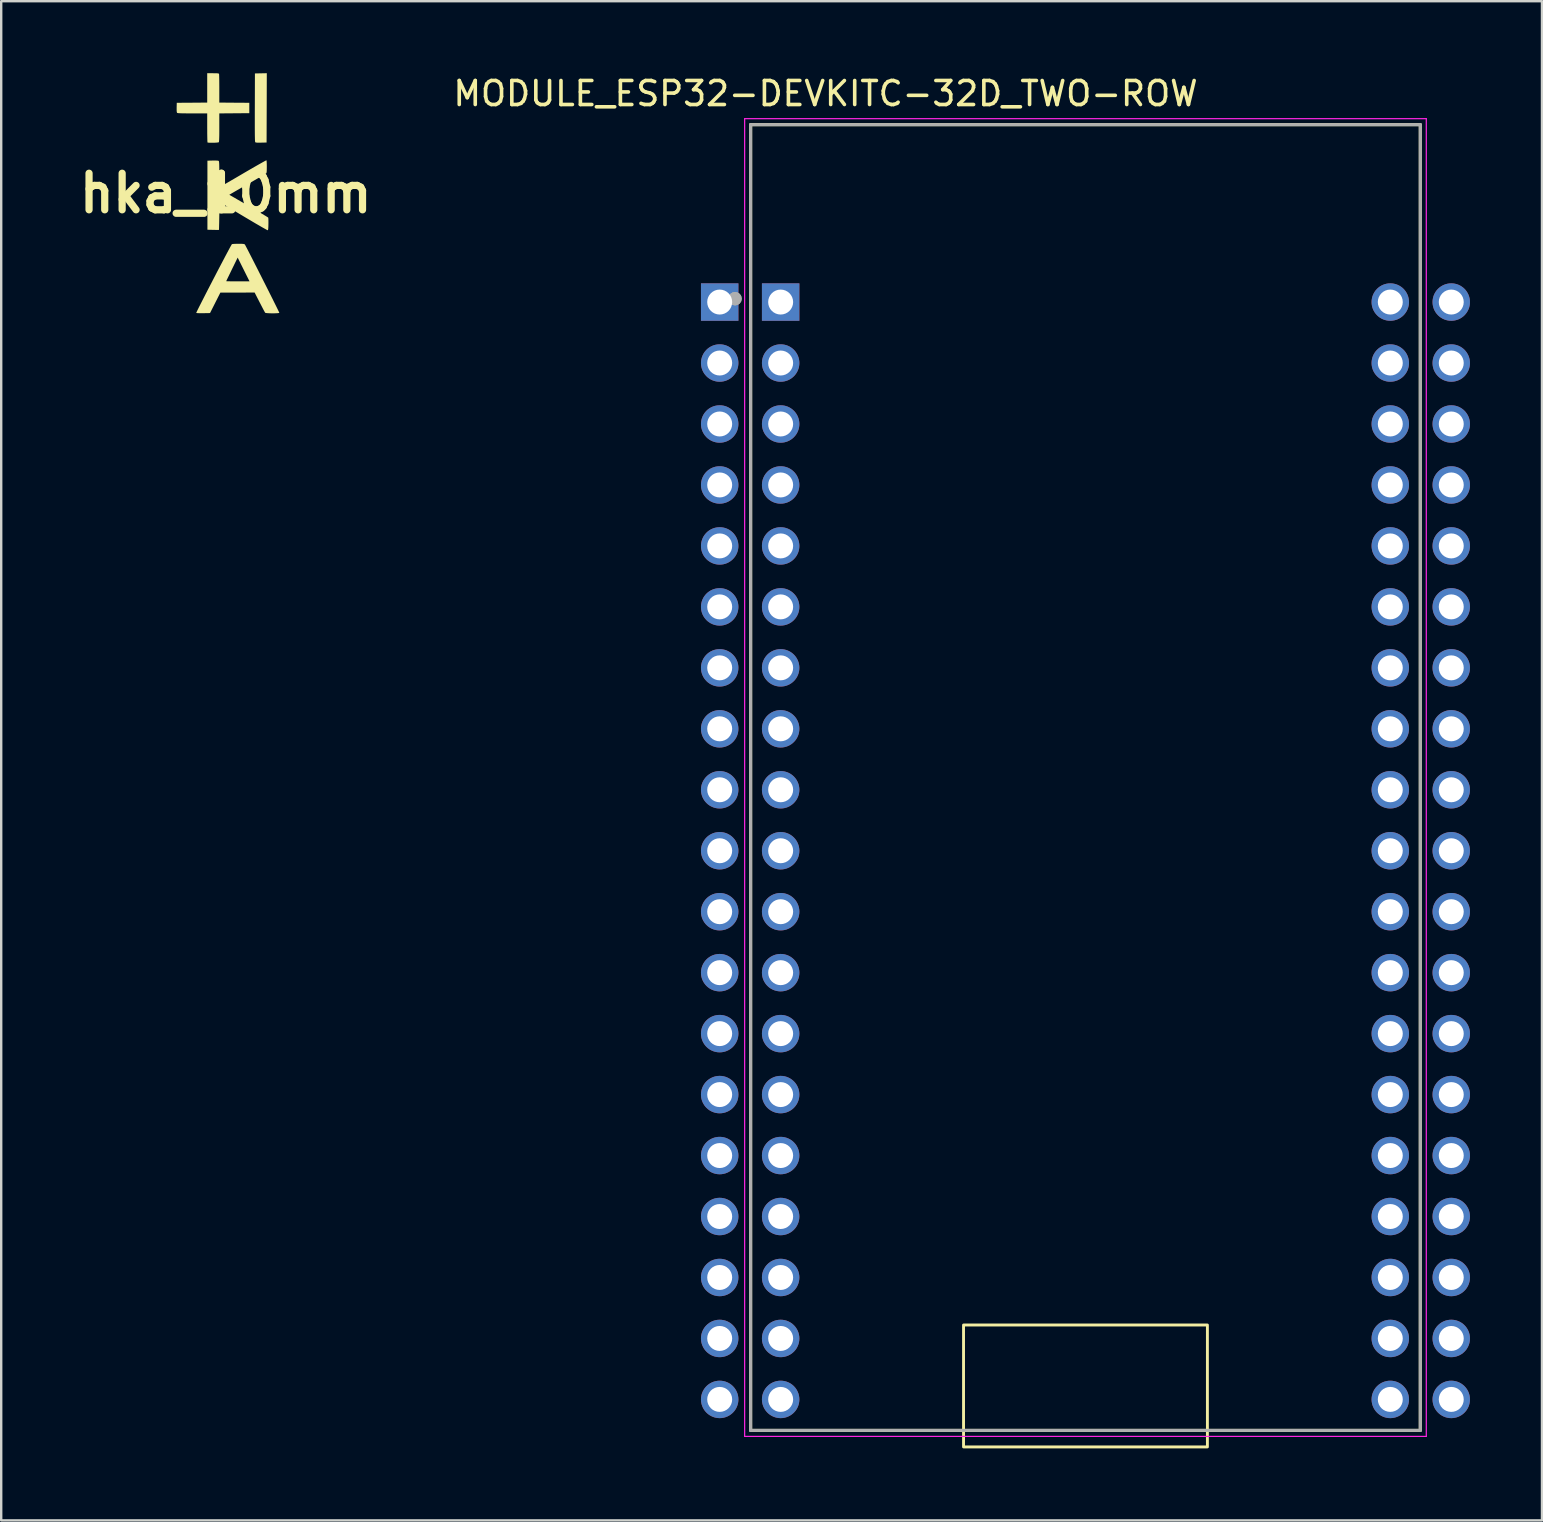
<source format=kicad_pcb>
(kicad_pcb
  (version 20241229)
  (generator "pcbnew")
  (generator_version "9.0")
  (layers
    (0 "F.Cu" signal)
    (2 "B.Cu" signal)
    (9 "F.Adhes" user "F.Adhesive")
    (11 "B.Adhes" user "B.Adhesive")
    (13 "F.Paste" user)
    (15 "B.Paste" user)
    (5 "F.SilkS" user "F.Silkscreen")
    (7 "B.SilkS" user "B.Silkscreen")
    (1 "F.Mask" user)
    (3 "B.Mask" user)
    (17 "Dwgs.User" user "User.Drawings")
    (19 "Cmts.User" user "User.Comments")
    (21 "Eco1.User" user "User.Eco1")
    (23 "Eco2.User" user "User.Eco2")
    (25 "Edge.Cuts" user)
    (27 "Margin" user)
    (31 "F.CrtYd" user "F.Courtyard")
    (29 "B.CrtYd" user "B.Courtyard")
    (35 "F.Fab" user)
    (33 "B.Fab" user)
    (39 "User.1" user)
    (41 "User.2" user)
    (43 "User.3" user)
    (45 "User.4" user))
  (footprint "MODULE_ESP32-DEVKITC-32D_TWO-ROW"
    (layer "F.Cu")
    (at 42.175 29.295)
    (property "Reference" "MODULE_ESP32-DEVKITC-32D_TWO-ROW" (at -10.829 -28.446 0) (layer "F.SilkS") (effects (font (size 1 1) (thickness 0.15))))
    (attr through_hole)
    (fp_line (start -13.95 -27.15) (end 13.95 -27.15) (stroke (width 0.127) (type solid)) (layer "F.SilkS"))
    (fp_line (start -13.95 27.25) (end -13.95 -27.15) (stroke (width 0.127) (type solid)) (layer "F.SilkS"))
    (fp_line (start 13.95 -27.15) (end 13.95 27.25) (stroke (width 0.127) (type solid)) (layer "F.SilkS"))
    (fp_line (start 13.95 27.25) (end -13.95 27.25) (stroke (width 0.127) (type solid)) (layer "F.SilkS"))
    (fp_rect (start -5.08 27.94) (end 5.08 22.86) (stroke (width 0.12) (type solid)) (fill no) (layer "F.SilkS"))
    (fp_line (start -14.2 -27.4) (end 14.2 -27.4) (stroke (width 0.05) (type solid)) (layer "F.CrtYd"))
    (fp_line (start -14.2 27.5) (end -14.2 -27.4) (stroke (width 0.05) (type solid)) (layer "F.CrtYd"))
    (fp_line (start 14.2 -27.4) (end 14.2 27.5) (stroke (width 0.05) (type solid)) (layer "F.CrtYd"))
    (fp_line (start 14.2 27.5) (end -14.2 27.5) (stroke (width 0.05) (type solid)) (layer "F.CrtYd"))
    (fp_line (start -13.95 -27.15) (end 13.95 -27.15) (stroke (width 0.127) (type solid)) (layer "F.Fab"))
    (fp_line (start -13.95 27.25) (end -13.95 -27.15) (stroke (width 0.127) (type solid)) (layer "F.Fab"))
    (fp_line (start 13.95 -27.15) (end 13.95 27.25) (stroke (width 0.127) (type solid)) (layer "F.Fab"))
    (fp_line (start 13.95 27.25) (end -13.95 27.25) (stroke (width 0.127) (type solid)) (layer "F.Fab"))
    (fp_circle (center -14.6 -19.9) (end -14.46 -19.9) (stroke (width 0.28) (type solid)) (fill no) (layer "F.Fab"))
    (fp_circle (center -14.6 -19.9) (end -14.46 -19.9) (stroke (width 0.28) (type solid)) (fill no) (layer "F.Fab"))
    (pad "1" thru_hole rect (at -15.24 -19.76) (size 1.56 1.56) (drill 1.04) (layers "*.Cu" "*.Mask"))
    (pad "1" thru_hole rect (at -12.7 -19.76) (size 1.56 1.56) (drill 1.04) (layers "*.Cu" "*.Mask"))
    (pad "2" thru_hole circle (at -15.24 -17.22) (size 1.56 1.56) (drill 1.04) (layers "*.Cu" "*.Mask"))
    (pad "2" thru_hole circle (at -12.7 -17.22) (size 1.56 1.56) (drill 1.04) (layers "*.Cu" "*.Mask"))
    (pad "3" thru_hole circle (at -15.24 -14.68) (size 1.56 1.56) (drill 1.04) (layers "*.Cu" "*.Mask"))
    (pad "3" thru_hole circle (at -12.7 -14.68) (size 1.56 1.56) (drill 1.04) (layers "*.Cu" "*.Mask"))
    (pad "4" thru_hole circle (at -15.24 -12.14) (size 1.56 1.56) (drill 1.04) (layers "*.Cu" "*.Mask"))
    (pad "4" thru_hole circle (at -12.7 -12.14) (size 1.56 1.56) (drill 1.04) (layers "*.Cu" "*.Mask"))
    (pad "5" thru_hole circle (at -15.24 -9.6) (size 1.56 1.56) (drill 1.04) (layers "*.Cu" "*.Mask"))
    (pad "5" thru_hole circle (at -12.7 -9.6) (size 1.56 1.56) (drill 1.04) (layers "*.Cu" "*.Mask"))
    (pad "6" thru_hole circle (at -15.24 -7.06) (size 1.56 1.56) (drill 1.04) (layers "*.Cu" "*.Mask"))
    (pad "6" thru_hole circle (at -12.7 -7.06) (size 1.56 1.56) (drill 1.04) (layers "*.Cu" "*.Mask"))
    (pad "7" thru_hole circle (at -15.24 -4.52) (size 1.56 1.56) (drill 1.04) (layers "*.Cu" "*.Mask"))
    (pad "7" thru_hole circle (at -12.7 -4.52) (size 1.56 1.56) (drill 1.04) (layers "*.Cu" "*.Mask"))
    (pad "8" thru_hole circle (at -15.24 -1.98) (size 1.56 1.56) (drill 1.04) (layers "*.Cu" "*.Mask"))
    (pad "8" thru_hole circle (at -12.7 -1.98) (size 1.56 1.56) (drill 1.04) (layers "*.Cu" "*.Mask"))
    (pad "9" thru_hole circle (at -15.24 0.56) (size 1.56 1.56) (drill 1.04) (layers "*.Cu" "*.Mask"))
    (pad "9" thru_hole circle (at -12.7 0.56) (size 1.56 1.56) (drill 1.04) (layers "*.Cu" "*.Mask"))
    (pad "10" thru_hole circle (at -15.24 3.1) (size 1.56 1.56) (drill 1.04) (layers "*.Cu" "*.Mask"))
    (pad "10" thru_hole circle (at -12.7 3.1) (size 1.56 1.56) (drill 1.04) (layers "*.Cu" "*.Mask"))
    (pad "11" thru_hole circle (at -15.24 5.64) (size 1.56 1.56) (drill 1.04) (layers "*.Cu" "*.Mask"))
    (pad "11" thru_hole circle (at -12.7 5.64) (size 1.56 1.56) (drill 1.04) (layers "*.Cu" "*.Mask"))
    (pad "12" thru_hole circle (at -15.24 8.18) (size 1.56 1.56) (drill 1.04) (layers "*.Cu" "*.Mask"))
    (pad "12" thru_hole circle (at -12.7 8.18) (size 1.56 1.56) (drill 1.04) (layers "*.Cu" "*.Mask"))
    (pad "13" thru_hole circle (at -15.24 10.72) (size 1.56 1.56) (drill 1.04) (layers "*.Cu" "*.Mask"))
    (pad "13" thru_hole circle (at -12.7 10.72) (size 1.56 1.56) (drill 1.04) (layers "*.Cu" "*.Mask"))
    (pad "14" thru_hole circle (at -15.24 13.26) (size 1.56 1.56) (drill 1.04) (layers "*.Cu" "*.Mask"))
    (pad "14" thru_hole circle (at -12.7 13.26) (size 1.56 1.56) (drill 1.04) (layers "*.Cu" "*.Mask"))
    (pad "15" thru_hole circle (at -15.24 15.8) (size 1.56 1.56) (drill 1.04) (layers "*.Cu" "*.Mask"))
    (pad "15" thru_hole circle (at -12.7 15.8) (size 1.56 1.56) (drill 1.04) (layers "*.Cu" "*.Mask"))
    (pad "16" thru_hole circle (at -15.24 18.34) (size 1.56 1.56) (drill 1.04) (layers "*.Cu" "*.Mask"))
    (pad "16" thru_hole circle (at -12.7 18.34) (size 1.56 1.56) (drill 1.04) (layers "*.Cu" "*.Mask"))
    (pad "17" thru_hole circle (at -15.24 20.88) (size 1.56 1.56) (drill 1.04) (layers "*.Cu" "*.Mask"))
    (pad "17" thru_hole circle (at -12.7 20.88) (size 1.56 1.56) (drill 1.04) (layers "*.Cu" "*.Mask"))
    (pad "18" thru_hole circle (at -15.24 23.42) (size 1.56 1.56) (drill 1.04) (layers "*.Cu" "*.Mask"))
    (pad "18" thru_hole circle (at -12.7 23.42) (size 1.56 1.56) (drill 1.04) (layers "*.Cu" "*.Mask"))
    (pad "19" thru_hole circle (at -15.24 25.96) (size 1.56 1.56) (drill 1.04) (layers "*.Cu" "*.Mask"))
    (pad "19" thru_hole circle (at -12.7 25.96) (size 1.56 1.56) (drill 1.04) (layers "*.Cu" "*.Mask"))
    (pad "20" thru_hole circle (at 12.7 -19.76) (size 1.56 1.56) (drill 1.04) (layers "*.Cu" "*.Mask"))
    (pad "20" thru_hole circle (at 15.24 -19.76) (size 1.56 1.56) (drill 1.04) (layers "*.Cu" "*.Mask"))
    (pad "21" thru_hole circle (at 12.7 -17.22) (size 1.56 1.56) (drill 1.04) (layers "*.Cu" "*.Mask"))
    (pad "21" thru_hole circle (at 15.24 -17.22) (size 1.56 1.56) (drill 1.04) (layers "*.Cu" "*.Mask"))
    (pad "22" thru_hole circle (at 12.7 -14.68) (size 1.56 1.56) (drill 1.04) (layers "*.Cu" "*.Mask"))
    (pad "22" thru_hole circle (at 15.24 -14.68) (size 1.56 1.56) (drill 1.04) (layers "*.Cu" "*.Mask"))
    (pad "23" thru_hole circle (at 12.7 -12.14) (size 1.56 1.56) (drill 1.04) (layers "*.Cu" "*.Mask"))
    (pad "23" thru_hole circle (at 15.24 -12.14) (size 1.56 1.56) (drill 1.04) (layers "*.Cu" "*.Mask"))
    (pad "24" thru_hole circle (at 12.7 -9.6) (size 1.56 1.56) (drill 1.04) (layers "*.Cu" "*.Mask"))
    (pad "24" thru_hole circle (at 15.24 -9.6) (size 1.56 1.56) (drill 1.04) (layers "*.Cu" "*.Mask"))
    (pad "25" thru_hole circle (at 12.7 -7.06) (size 1.56 1.56) (drill 1.04) (layers "*.Cu" "*.Mask"))
    (pad "25" thru_hole circle (at 15.24 -7.06) (size 1.56 1.56) (drill 1.04) (layers "*.Cu" "*.Mask"))
    (pad "26" thru_hole circle (at 12.7 -4.52) (size 1.56 1.56) (drill 1.04) (layers "*.Cu" "*.Mask"))
    (pad "26" thru_hole circle (at 15.24 -4.52) (size 1.56 1.56) (drill 1.04) (layers "*.Cu" "*.Mask"))
    (pad "27" thru_hole circle (at 12.7 -1.98) (size 1.56 1.56) (drill 1.04) (layers "*.Cu" "*.Mask"))
    (pad "27" thru_hole circle (at 15.24 -1.98) (size 1.56 1.56) (drill 1.04) (layers "*.Cu" "*.Mask"))
    (pad "28" thru_hole circle (at 12.7 0.56) (size 1.56 1.56) (drill 1.04) (layers "*.Cu" "*.Mask"))
    (pad "28" thru_hole circle (at 15.24 0.56) (size 1.56 1.56) (drill 1.04) (layers "*.Cu" "*.Mask"))
    (pad "29" thru_hole circle (at 12.7 3.1) (size 1.56 1.56) (drill 1.04) (layers "*.Cu" "*.Mask"))
    (pad "29" thru_hole circle (at 15.24 3.1) (size 1.56 1.56) (drill 1.04) (layers "*.Cu" "*.Mask"))
    (pad "30" thru_hole circle (at 12.7 5.64) (size 1.56 1.56) (drill 1.04) (layers "*.Cu" "*.Mask"))
    (pad "30" thru_hole circle (at 15.24 5.64) (size 1.56 1.56) (drill 1.04) (layers "*.Cu" "*.Mask"))
    (pad "31" thru_hole circle (at 12.7 8.18) (size 1.56 1.56) (drill 1.04) (layers "*.Cu" "*.Mask"))
    (pad "31" thru_hole circle (at 15.24 8.18) (size 1.56 1.56) (drill 1.04) (layers "*.Cu" "*.Mask"))
    (pad "32" thru_hole circle (at 12.7 10.72) (size 1.56 1.56) (drill 1.04) (layers "*.Cu" "*.Mask"))
    (pad "32" thru_hole circle (at 15.24 10.72) (size 1.56 1.56) (drill 1.04) (layers "*.Cu" "*.Mask"))
    (pad "33" thru_hole circle (at 12.7 13.26) (size 1.56 1.56) (drill 1.04) (layers "*.Cu" "*.Mask"))
    (pad "33" thru_hole circle (at 15.24 13.26) (size 1.56 1.56) (drill 1.04) (layers "*.Cu" "*.Mask"))
    (pad "34" thru_hole circle (at 12.7 15.8) (size 1.56 1.56) (drill 1.04) (layers "*.Cu" "*.Mask"))
    (pad "34" thru_hole circle (at 15.24 15.8) (size 1.56 1.56) (drill 1.04) (layers "*.Cu" "*.Mask"))
    (pad "35" thru_hole circle (at 12.7 18.34) (size 1.56 1.56) (drill 1.04) (layers "*.Cu" "*.Mask"))
    (pad "35" thru_hole circle (at 15.24 18.34) (size 1.56 1.56) (drill 1.04) (layers "*.Cu" "*.Mask"))
    (pad "36" thru_hole circle (at 12.7 20.88) (size 1.56 1.56) (drill 1.04) (layers "*.Cu" "*.Mask"))
    (pad "36" thru_hole circle (at 15.24 20.88) (size 1.56 1.56) (drill 1.04) (layers "*.Cu" "*.Mask"))
    (pad "37" thru_hole circle (at 12.7 23.42) (size 1.56 1.56) (drill 1.04) (layers "*.Cu" "*.Mask"))
    (pad "37" thru_hole circle (at 15.24 23.42) (size 1.56 1.56) (drill 1.04) (layers "*.Cu" "*.Mask"))
    (pad "38" thru_hole circle (at 12.7 25.96) (size 1.56 1.56) (drill 1.04) (layers "*.Cu" "*.Mask"))
    (pad "38" thru_hole circle (at 15.24 25.96) (size 1.56 1.56) (drill 1.04) (layers "*.Cu" "*.Mask")))
  (footprint "hka_10mm"
    (layer "F.Cu")
    (at 6.357 5.002)
    (property "Reference" "hka_10mm" (at 0 0 0) (layer "F.SilkS") (effects (font (size 1.524 1.524) (thickness 0.3))))
    (attr board_only exclude_from_pos_files exclude_from_bom)
    (fp_poly (pts (xy 1.705 -3.558) (xy 1.7 -2.114) (xy 1.473 -2.109) (xy 1.373 -2.107) (xy 1.303 -2.109) (xy 1.258 -2.114) (xy 1.233 -2.123) (xy 1.226 -2.129) (xy 1.222 -2.144) (xy 1.218 -2.179) (xy 1.215 -2.237) (xy 1.213 -2.318) (xy 1.211 -2.425) (xy 1.21 -2.559) (xy 1.209 -2.722) (xy 1.209 -2.914) (xy 1.209 -3.139) (xy 1.209 -3.396) (xy 1.21 -3.573) (xy 1.214 -4.992) (xy 1.462 -4.997) (xy 1.709 -5.002)) (stroke (width 0) (type solid)) (fill yes) (layer "F.SilkS"))
    (fp_poly (pts (xy -0.433 -5) (xy -0.364 -4.998) (xy -0.319 -4.994) (xy -0.294 -4.986) (xy -0.282 -4.975) (xy -0.281 -4.972) (xy -0.278 -4.948) (xy -0.276 -4.892) (xy -0.274 -4.809) (xy -0.272 -4.704) (xy -0.271 -4.581) (xy -0.27 -4.444) (xy -0.27 -4.361) (xy -0.27 -3.778) (xy 0.355 -3.773) (xy 0.98 -3.769) (xy 0.98 -3.337) (xy 0.355 -3.332) (xy -0.27 -3.327) (xy -0.27 -2.738) (xy -0.27 -2.562) (xy -0.271 -2.42) (xy -0.274 -2.309) (xy -0.277 -2.227) (xy -0.281 -2.17) (xy -0.286 -2.137) (xy -0.291 -2.126) (xy -0.316 -2.118) (xy -0.368 -2.112) (xy -0.439 -2.107) (xy -0.518 -2.105) (xy -0.599 -2.104) (xy -0.672 -2.105) (xy -0.728 -2.109) (xy -0.759 -2.115) (xy -0.762 -2.117) (xy -0.764 -2.137) (xy -0.767 -2.189) (xy -0.769 -2.268) (xy -0.771 -2.371) (xy -0.773 -2.492) (xy -0.773 -2.628) (xy -0.774 -2.728) (xy -0.774 -3.328) (xy -1.392 -3.328) (xy -1.563 -3.328) (xy -1.701 -3.329) (xy -1.809 -3.33) (xy -1.892 -3.333) (xy -1.952 -3.336) (xy -1.993 -3.34) (xy -2.018 -3.346) (xy -2.031 -3.352) (xy -2.031 -3.353) (xy -2.042 -3.386) (xy -2.047 -3.454) (xy -2.047 -3.556) (xy -2.047 -3.573) (xy -2.042 -3.769) (xy -1.408 -3.773) (xy -0.774 -3.778) (xy -0.774 -5.001) (xy -0.533 -5.001)) (stroke (width 0) (type solid)) (fill yes) (layer "F.SilkS"))
    (fp_poly (pts (xy 0.624 2.105) (xy 0.695 2.108) (xy 0.742 2.112) (xy 0.772 2.12) (xy 0.79 2.131) (xy 0.795 2.136) (xy 0.808 2.157) (xy 0.834 2.207) (xy 0.874 2.283) (xy 0.926 2.382) (xy 0.987 2.502) (xy 1.058 2.64) (xy 1.136 2.793) (xy 1.22 2.959) (xy 1.309 3.133) (xy 1.4 3.314) (xy 1.494 3.499) (xy 1.587 3.685) (xy 1.68 3.868) (xy 1.77 4.047) (xy 1.856 4.219) (xy 1.937 4.38) (xy 2.01 4.528) (xy 2.076 4.66) (xy 2.132 4.773) (xy 2.176 4.864) (xy 2.209 4.931) (xy 2.227 4.97) (xy 2.231 4.98) (xy 2.214 4.989) (xy 2.168 4.995) (xy 2.102 4.999) (xy 2.02 5.002) (xy 1.932 5.002) (xy 1.844 5.001) (xy 1.764 4.997) (xy 1.698 4.992) (xy 1.655 4.985) (xy 1.641 4.978) (xy 1.628 4.957) (xy 1.601 4.908) (xy 1.562 4.836) (xy 1.515 4.745) (xy 1.461 4.641) (xy 1.412 4.547) (xy 1.202 4.137) (xy 0.489 4.138) (xy -0.225 4.138) (xy -0.441 4.565) (xy -0.657 4.992) (xy -0.939 4.997) (xy -1.04 4.998) (xy -1.126 4.996) (xy -1.19 4.993) (xy -1.225 4.988) (xy -1.231 4.985) (xy -1.224 4.967) (xy -1.203 4.92) (xy -1.167 4.846) (xy -1.119 4.749) (xy -1.059 4.632) (xy -0.99 4.496) (xy -0.913 4.345) (xy -0.83 4.182) (xy -0.741 4.009) (xy -0.648 3.829) (xy -0.562 3.664) (xy 0.018 3.664) (xy 0.035 3.665) (xy 0.084 3.667) (xy 0.159 3.668) (xy 0.256 3.669) (xy 0.371 3.669) (xy 0.499 3.67) (xy 0.504 3.67) (xy 0.989 3.67) (xy 0.742 3.175) (xy 0.495 2.68) (xy 0.256 3.169) (xy 0.197 3.291) (xy 0.143 3.402) (xy 0.096 3.499) (xy 0.058 3.577) (xy 0.032 3.632) (xy 0.019 3.661) (xy 0.018 3.664) (xy -0.562 3.664) (xy -0.553 3.645) (xy -0.456 3.459) (xy -0.361 3.275) (xy -0.267 3.095) (xy -0.176 2.922) (xy -0.09 2.759) (xy -0.011 2.608) (xy 0.061 2.473) (xy 0.124 2.355) (xy 0.176 2.258) (xy 0.217 2.185) (xy 0.244 2.138) (xy 0.256 2.12) (xy 0.281 2.115) (xy 0.336 2.11) (xy 0.411 2.107) (xy 0.501 2.105) (xy 0.523 2.105)) (stroke (width 0) (type solid)) (fill yes) (layer "F.SilkS"))
    (fp_poly (pts (xy 1.694 -1.374) (xy 1.699 -1.354) (xy 1.704 -1.304) (xy 1.707 -1.232) (xy 1.709 -1.144) (xy 1.709 -1.108) (xy 1.708 -1.005) (xy 1.706 -0.931) (xy 1.702 -0.882) (xy 1.695 -0.851) (xy 1.685 -0.831) (xy 1.677 -0.824) (xy 1.656 -0.81) (xy 1.606 -0.78) (xy 1.532 -0.736) (xy 1.435 -0.68) (xy 1.32 -0.613) (xy 1.19 -0.538) (xy 1.048 -0.456) (xy 0.897 -0.37) (xy 0.895 -0.369) (xy 0.745 -0.283) (xy 0.605 -0.203) (xy 0.479 -0.131) (xy 0.368 -0.067) (xy 0.277 -0.014) (xy 0.208 0.026) (xy 0.164 0.053) (xy 0.148 0.063) (xy 0.148 0.063) (xy 0.164 0.073) (xy 0.208 0.099) (xy 0.278 0.139) (xy 0.37 0.192) (xy 0.481 0.257) (xy 0.609 0.331) (xy 0.75 0.413) (xy 0.902 0.501) (xy 0.953 0.53) (xy 1.109 0.62) (xy 1.255 0.705) (xy 1.388 0.784) (xy 1.506 0.853) (xy 1.606 0.913) (xy 1.684 0.96) (xy 1.738 0.994) (xy 1.765 1.012) (xy 1.767 1.014) (xy 1.772 1.038) (xy 1.775 1.092) (xy 1.777 1.167) (xy 1.777 1.257) (xy 1.776 1.286) (xy 1.774 1.388) (xy 1.77 1.46) (xy 1.765 1.505) (xy 1.758 1.531) (xy 1.748 1.54) (xy 1.745 1.541) (xy 1.725 1.533) (xy 1.677 1.507) (xy 1.604 1.466) (xy 1.507 1.412) (xy 1.391 1.344) (xy 1.257 1.267) (xy 1.108 1.179) (xy 0.948 1.084) (xy 0.777 0.983) (xy 0.729 0.954) (xy -0.261 0.364) (xy -0.27 0.942) (xy -0.273 1.083) (xy -0.275 1.211) (xy -0.278 1.323) (xy -0.28 1.414) (xy -0.282 1.481) (xy -0.283 1.518) (xy -0.284 1.525) (xy -0.302 1.527) (xy -0.35 1.527) (xy -0.42 1.527) (xy -0.506 1.525) (xy -0.526 1.525) (xy -0.765 1.52) (xy -0.765 -1.358) (xy -0.542 -1.363) (xy -0.427 -1.364) (xy -0.347 -1.36) (xy -0.302 -1.352) (xy -0.295 -1.348) (xy -0.287 -1.335) (xy -0.282 -1.31) (xy -0.277 -1.269) (xy -0.274 -1.207) (xy -0.272 -1.121) (xy -0.27 -1.008) (xy -0.27 -0.865) (xy -0.27 -0.789) (xy -0.27 -0.654) (xy -0.269 -0.532) (xy -0.268 -0.426) (xy -0.266 -0.342) (xy -0.265 -0.283) (xy -0.263 -0.254) (xy -0.262 -0.252) (xy -0.246 -0.261) (xy -0.201 -0.286) (xy -0.13 -0.327) (xy -0.037 -0.381) (xy 0.077 -0.447) (xy 0.209 -0.524) (xy 0.356 -0.609) (xy 0.515 -0.702) (xy 0.684 -0.801) (xy 0.712 -0.818) (xy 0.882 -0.917) (xy 1.044 -1.011) (xy 1.193 -1.097) (xy 1.328 -1.174) (xy 1.446 -1.241) (xy 1.544 -1.296) (xy 1.62 -1.338) (xy 1.67 -1.364) (xy 1.693 -1.374)) (stroke (width 0) (type solid)) (fill yes) (layer "F.SilkS")))
  (gr_rect
    (start -3 -3)
    (end 61.195 60.295)
    (stroke (width 0.1) (type default))
    (fill no)
    (layer "Edge.Cuts")))
</source>
